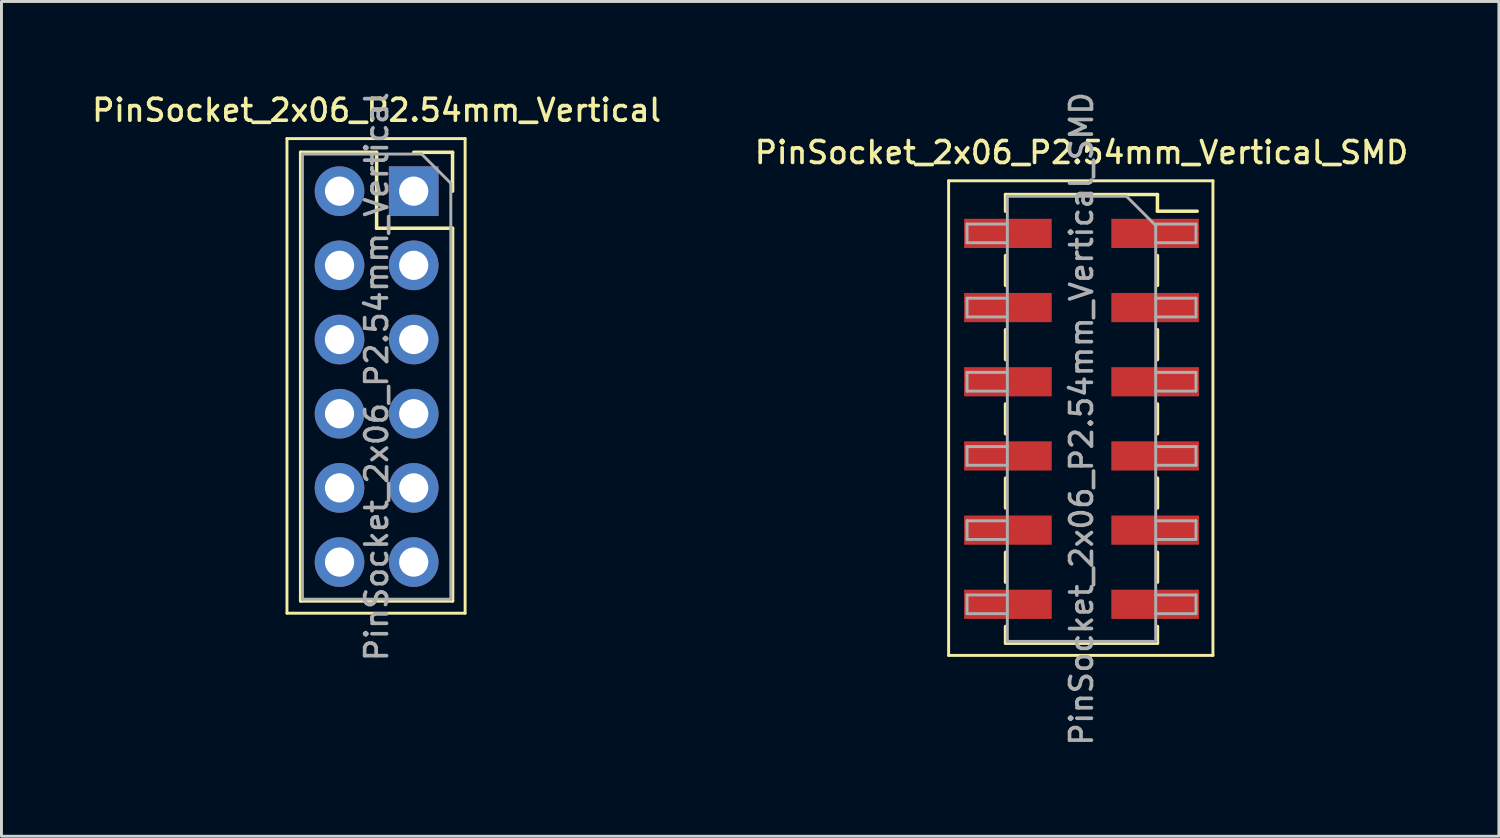
<source format=kicad_pcb>
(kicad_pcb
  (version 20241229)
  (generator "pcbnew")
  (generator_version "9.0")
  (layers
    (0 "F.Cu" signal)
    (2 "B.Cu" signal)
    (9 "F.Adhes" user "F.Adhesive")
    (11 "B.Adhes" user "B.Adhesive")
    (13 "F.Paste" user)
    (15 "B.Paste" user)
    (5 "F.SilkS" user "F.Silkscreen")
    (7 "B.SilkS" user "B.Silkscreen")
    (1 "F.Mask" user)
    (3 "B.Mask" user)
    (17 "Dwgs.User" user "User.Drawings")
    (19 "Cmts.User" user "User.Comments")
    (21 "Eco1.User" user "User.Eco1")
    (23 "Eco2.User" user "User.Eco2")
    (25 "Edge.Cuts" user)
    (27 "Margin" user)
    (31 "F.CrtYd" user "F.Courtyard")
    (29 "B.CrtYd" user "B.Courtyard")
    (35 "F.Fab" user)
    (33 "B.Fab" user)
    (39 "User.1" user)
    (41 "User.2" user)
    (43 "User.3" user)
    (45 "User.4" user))
  (footprint "PinSocket_2x06_P2.54mm_Vertical"
    (layer "F.Cu")
    (at 11.115 3.495)
    (property "Reference" "PinSocket_2x06_P2.54mm_Vertical" (at -1.27 -2.77 0) (layer "F.SilkS") (effects (font (size 0.75 0.75) (thickness 0.125))))
    (attr through_hole)
    (fp_line (start -4.34 -1.8) (end 1.76 -1.8) (stroke (width 0.1) (type solid)) (layer "F.SilkS"))
    (fp_line (start -4.34 14.45) (end -4.34 -1.8) (stroke (width 0.1) (type solid)) (layer "F.SilkS"))
    (fp_line (start -3.87 -1.33) (end -3.87 14.03) (stroke (width 0.12) (type solid)) (layer "F.SilkS"))
    (fp_line (start -3.87 -1.33) (end -1.27 -1.33) (stroke (width 0.12) (type solid)) (layer "F.SilkS"))
    (fp_line (start -3.87 14.03) (end 1.33 14.03) (stroke (width 0.12) (type solid)) (layer "F.SilkS"))
    (fp_line (start -1.27 -1.33) (end -1.27 1.27) (stroke (width 0.12) (type solid)) (layer "F.SilkS"))
    (fp_line (start -1.27 1.27) (end 1.33 1.27) (stroke (width 0.12) (type solid)) (layer "F.SilkS"))
    (fp_line (start 0 -1.33) (end 1.33 -1.33) (stroke (width 0.12) (type solid)) (layer "F.SilkS"))
    (fp_line (start 1.33 -1.33) (end 1.33 0) (stroke (width 0.12) (type solid)) (layer "F.SilkS"))
    (fp_line (start 1.33 1.27) (end 1.33 14.03) (stroke (width 0.12) (type solid)) (layer "F.SilkS"))
    (fp_line (start 1.76 -1.8) (end 1.76 14.45) (stroke (width 0.1) (type solid)) (layer "F.SilkS"))
    (fp_line (start 1.76 14.45) (end -4.34 14.45) (stroke (width 0.1) (type solid)) (layer "F.SilkS"))
    (fp_line (start -3.81 -1.27) (end 0.27 -1.27) (stroke (width 0.1) (type solid)) (layer "F.Fab"))
    (fp_line (start -3.81 13.97) (end -3.81 -1.27) (stroke (width 0.1) (type solid)) (layer "F.Fab"))
    (fp_line (start 0.27 -1.27) (end 1.27 -0.27) (stroke (width 0.1) (type solid)) (layer "F.Fab"))
    (fp_line (start 1.27 -0.27) (end 1.27 13.97) (stroke (width 0.1) (type solid)) (layer "F.Fab"))
    (fp_line (start 1.27 13.97) (end -3.81 13.97) (stroke (width 0.1) (type solid)) (layer "F.Fab"))
    (fp_text user "${REFERENCE}" (at -1.27 6.35 90) (layer "F.Fab") (effects (font (size 0.75 0.75) (thickness 0.125))))
    (pad "1" thru_hole rect (at 0 0) (size 1.7 1.7) (drill 1) (layers "*.Cu" "*.Mask"))
    (pad "2" thru_hole oval (at -2.54 0) (size 1.7 1.7) (drill 1) (layers "*.Cu" "*.Mask"))
    (pad "3" thru_hole oval (at 0 2.54) (size 1.7 1.7) (drill 1) (layers "*.Cu" "*.Mask"))
    (pad "4" thru_hole oval (at -2.54 2.54) (size 1.7 1.7) (drill 1) (layers "*.Cu" "*.Mask"))
    (pad "5" thru_hole oval (at 0 5.08) (size 1.7 1.7) (drill 1) (layers "*.Cu" "*.Mask"))
    (pad "6" thru_hole oval (at -2.54 5.08) (size 1.7 1.7) (drill 1) (layers "*.Cu" "*.Mask"))
    (pad "7" thru_hole oval (at 0 7.62) (size 1.7 1.7) (drill 1) (layers "*.Cu" "*.Mask"))
    (pad "8" thru_hole oval (at -2.54 7.62) (size 1.7 1.7) (drill 1) (layers "*.Cu" "*.Mask"))
    (pad "9" thru_hole oval (at 0 10.16) (size 1.7 1.7) (drill 1) (layers "*.Cu" "*.Mask"))
    (pad "10" thru_hole oval (at -2.54 10.16) (size 1.7 1.7) (drill 1) (layers "*.Cu" "*.Mask"))
    (pad "11" thru_hole oval (at 0 12.7) (size 1.7 1.7) (drill 1) (layers "*.Cu" "*.Mask"))
    (pad "12" thru_hole oval (at -2.54 12.7) (size 1.7 1.7) (drill 1) (layers "*.Cu" "*.Mask")))
  (footprint "PinSocket_2x06_P2.54mm_Vertical_SMD"
    (layer "F.Cu")
    (at 33.98 11.291)
    (property "Reference" "PinSocket_2x06_P2.54mm_Vertical_SMD" (at 0 -9.12 0) (layer "F.SilkS") (effects (font (size 0.75 0.75) (thickness 0.125))))
    (attr smd)
    (fp_line (start -4.55 -8.15) (end 4.5 -8.15) (stroke (width 0.1) (type solid)) (layer "F.SilkS"))
    (fp_line (start -4.55 8.1) (end -4.55 -8.15) (stroke (width 0.1) (type solid)) (layer "F.SilkS"))
    (fp_line (start -2.6 -7.68) (end -2.6 -7.11) (stroke (width 0.12) (type solid)) (layer "F.SilkS"))
    (fp_line (start -2.6 -7.68) (end 2.6 -7.68) (stroke (width 0.12) (type solid)) (layer "F.SilkS"))
    (fp_line (start -2.6 -5.59) (end -2.6 -4.57) (stroke (width 0.12) (type solid)) (layer "F.SilkS"))
    (fp_line (start -2.6 -3.05) (end -2.6 -2.03) (stroke (width 0.12) (type solid)) (layer "F.SilkS"))
    (fp_line (start -2.6 -0.51) (end -2.6 0.51) (stroke (width 0.12) (type solid)) (layer "F.SilkS"))
    (fp_line (start -2.6 2.03) (end -2.6 3.05) (stroke (width 0.12) (type solid)) (layer "F.SilkS"))
    (fp_line (start -2.6 4.57) (end -2.6 5.59) (stroke (width 0.12) (type solid)) (layer "F.SilkS"))
    (fp_line (start -2.6 7.11) (end -2.6 7.68) (stroke (width 0.12) (type solid)) (layer "F.SilkS"))
    (fp_line (start -2.6 7.68) (end 2.6 7.68) (stroke (width 0.12) (type solid)) (layer "F.SilkS"))
    (fp_line (start 2.6 -7.68) (end 2.6 -7.11) (stroke (width 0.12) (type solid)) (layer "F.SilkS"))
    (fp_line (start 2.6 -7.11) (end 3.96 -7.11) (stroke (width 0.12) (type solid)) (layer "F.SilkS"))
    (fp_line (start 2.6 -5.59) (end 2.6 -4.57) (stroke (width 0.12) (type solid)) (layer "F.SilkS"))
    (fp_line (start 2.6 -3.05) (end 2.6 -2.03) (stroke (width 0.12) (type solid)) (layer "F.SilkS"))
    (fp_line (start 2.6 -0.51) (end 2.6 0.51) (stroke (width 0.12) (type solid)) (layer "F.SilkS"))
    (fp_line (start 2.6 2.03) (end 2.6 3.05) (stroke (width 0.12) (type solid)) (layer "F.SilkS"))
    (fp_line (start 2.6 4.57) (end 2.6 5.59) (stroke (width 0.12) (type solid)) (layer "F.SilkS"))
    (fp_line (start 2.6 7.11) (end 2.6 7.68) (stroke (width 0.12) (type solid)) (layer "F.SilkS"))
    (fp_line (start 4.5 -8.15) (end 4.5 8.1) (stroke (width 0.1) (type solid)) (layer "F.SilkS"))
    (fp_line (start 4.5 8.1) (end -4.55 8.1) (stroke (width 0.1) (type solid)) (layer "F.SilkS"))
    (fp_line (start -3.92 -6.67) (end -2.54 -6.67) (stroke (width 0.1) (type solid)) (layer "F.Fab"))
    (fp_line (start -3.92 -6.03) (end -3.92 -6.67) (stroke (width 0.1) (type solid)) (layer "F.Fab"))
    (fp_line (start -3.92 -4.13) (end -2.54 -4.13) (stroke (width 0.1) (type solid)) (layer "F.Fab"))
    (fp_line (start -3.92 -3.49) (end -3.92 -4.13) (stroke (width 0.1) (type solid)) (layer "F.Fab"))
    (fp_line (start -3.92 -1.59) (end -2.54 -1.59) (stroke (width 0.1) (type solid)) (layer "F.Fab"))
    (fp_line (start -3.92 -0.95) (end -3.92 -1.59) (stroke (width 0.1) (type solid)) (layer "F.Fab"))
    (fp_line (start -3.92 0.95) (end -2.54 0.95) (stroke (width 0.1) (type solid)) (layer "F.Fab"))
    (fp_line (start -3.92 1.59) (end -3.92 0.95) (stroke (width 0.1) (type solid)) (layer "F.Fab"))
    (fp_line (start -3.92 3.49) (end -2.54 3.49) (stroke (width 0.1) (type solid)) (layer "F.Fab"))
    (fp_line (start -3.92 4.13) (end -3.92 3.49) (stroke (width 0.1) (type solid)) (layer "F.Fab"))
    (fp_line (start -3.92 6.03) (end -2.54 6.03) (stroke (width 0.1) (type solid)) (layer "F.Fab"))
    (fp_line (start -3.92 6.67) (end -3.92 6.03) (stroke (width 0.1) (type solid)) (layer "F.Fab"))
    (fp_line (start -2.54 -7.62) (end 1.54 -7.62) (stroke (width 0.1) (type solid)) (layer "F.Fab"))
    (fp_line (start -2.54 -6.03) (end -3.92 -6.03) (stroke (width 0.1) (type solid)) (layer "F.Fab"))
    (fp_line (start -2.54 -3.49) (end -3.92 -3.49) (stroke (width 0.1) (type solid)) (layer "F.Fab"))
    (fp_line (start -2.54 -0.95) (end -3.92 -0.95) (stroke (width 0.1) (type solid)) (layer "F.Fab"))
    (fp_line (start -2.54 1.59) (end -3.92 1.59) (stroke (width 0.1) (type solid)) (layer "F.Fab"))
    (fp_line (start -2.54 4.13) (end -3.92 4.13) (stroke (width 0.1) (type solid)) (layer "F.Fab"))
    (fp_line (start -2.54 6.67) (end -3.92 6.67) (stroke (width 0.1) (type solid)) (layer "F.Fab"))
    (fp_line (start -2.54 7.62) (end -2.54 -7.62) (stroke (width 0.1) (type solid)) (layer "F.Fab"))
    (fp_line (start 1.54 -7.62) (end 2.54 -6.62) (stroke (width 0.1) (type solid)) (layer "F.Fab"))
    (fp_line (start 2.54 -6.67) (end 3.92 -6.67) (stroke (width 0.1) (type solid)) (layer "F.Fab"))
    (fp_line (start 2.54 -6.62) (end 2.54 7.62) (stroke (width 0.1) (type solid)) (layer "F.Fab"))
    (fp_line (start 2.54 -4.13) (end 3.92 -4.13) (stroke (width 0.1) (type solid)) (layer "F.Fab"))
    (fp_line (start 2.54 -1.59) (end 3.92 -1.59) (stroke (width 0.1) (type solid)) (layer "F.Fab"))
    (fp_line (start 2.54 0.95) (end 3.92 0.95) (stroke (width 0.1) (type solid)) (layer "F.Fab"))
    (fp_line (start 2.54 3.49) (end 3.92 3.49) (stroke (width 0.1) (type solid)) (layer "F.Fab"))
    (fp_line (start 2.54 6.03) (end 3.92 6.03) (stroke (width 0.1) (type solid)) (layer "F.Fab"))
    (fp_line (start 2.54 7.62) (end -2.54 7.62) (stroke (width 0.1) (type solid)) (layer "F.Fab"))
    (fp_line (start 3.92 -6.67) (end 3.92 -6.03) (stroke (width 0.1) (type solid)) (layer "F.Fab"))
    (fp_line (start 3.92 -6.03) (end 2.54 -6.03) (stroke (width 0.1) (type solid)) (layer "F.Fab"))
    (fp_line (start 3.92 -4.13) (end 3.92 -3.49) (stroke (width 0.1) (type solid)) (layer "F.Fab"))
    (fp_line (start 3.92 -3.49) (end 2.54 -3.49) (stroke (width 0.1) (type solid)) (layer "F.Fab"))
    (fp_line (start 3.92 -1.59) (end 3.92 -0.95) (stroke (width 0.1) (type solid)) (layer "F.Fab"))
    (fp_line (start 3.92 -0.95) (end 2.54 -0.95) (stroke (width 0.1) (type solid)) (layer "F.Fab"))
    (fp_line (start 3.92 0.95) (end 3.92 1.59) (stroke (width 0.1) (type solid)) (layer "F.Fab"))
    (fp_line (start 3.92 1.59) (end 2.54 1.59) (stroke (width 0.1) (type solid)) (layer "F.Fab"))
    (fp_line (start 3.92 3.49) (end 3.92 4.13) (stroke (width 0.1) (type solid)) (layer "F.Fab"))
    (fp_line (start 3.92 4.13) (end 2.54 4.13) (stroke (width 0.1) (type solid)) (layer "F.Fab"))
    (fp_line (start 3.92 6.03) (end 3.92 6.67) (stroke (width 0.1) (type solid)) (layer "F.Fab"))
    (fp_line (start 3.92 6.67) (end 2.54 6.67) (stroke (width 0.1) (type solid)) (layer "F.Fab"))
    (fp_text user "${REFERENCE}" (at 0 0 90) (layer "F.Fab") (effects (font (size 0.75 0.75) (thickness 0.125))))
    (pad "1" smd rect (at 2.52 -6.35) (size 3 1) (layers "F.Cu" "F.Mask" "F.Paste"))
    (pad "2" smd rect (at -2.52 -6.35) (size 3 1) (layers "F.Cu" "F.Mask" "F.Paste"))
    (pad "3" smd rect (at 2.52 -3.81) (size 3 1) (layers "F.Cu" "F.Mask" "F.Paste"))
    (pad "4" smd rect (at -2.52 -3.81) (size 3 1) (layers "F.Cu" "F.Mask" "F.Paste"))
    (pad "5" smd rect (at 2.52 -1.27) (size 3 1) (layers "F.Cu" "F.Mask" "F.Paste"))
    (pad "6" smd rect (at -2.52 -1.27) (size 3 1) (layers "F.Cu" "F.Mask" "F.Paste"))
    (pad "7" smd rect (at 2.52 1.27) (size 3 1) (layers "F.Cu" "F.Mask" "F.Paste"))
    (pad "8" smd rect (at -2.52 1.27) (size 3 1) (layers "F.Cu" "F.Mask" "F.Paste"))
    (pad "9" smd rect (at 2.52 3.81) (size 3 1) (layers "F.Cu" "F.Mask" "F.Paste"))
    (pad "10" smd rect (at -2.52 3.81) (size 3 1) (layers "F.Cu" "F.Mask" "F.Paste"))
    (pad "11" smd rect (at 2.52 6.35) (size 3 1) (layers "F.Cu" "F.Mask" "F.Paste"))
    (pad "12" smd rect (at -2.52 6.35) (size 3 1) (layers "F.Cu" "F.Mask" "F.Paste")))
  (gr_rect
    (start -3 -3)
    (end 48.271 25.582)
    (stroke (width 0.1) (type default))
    (fill no)
    (layer "Edge.Cuts")))
</source>
